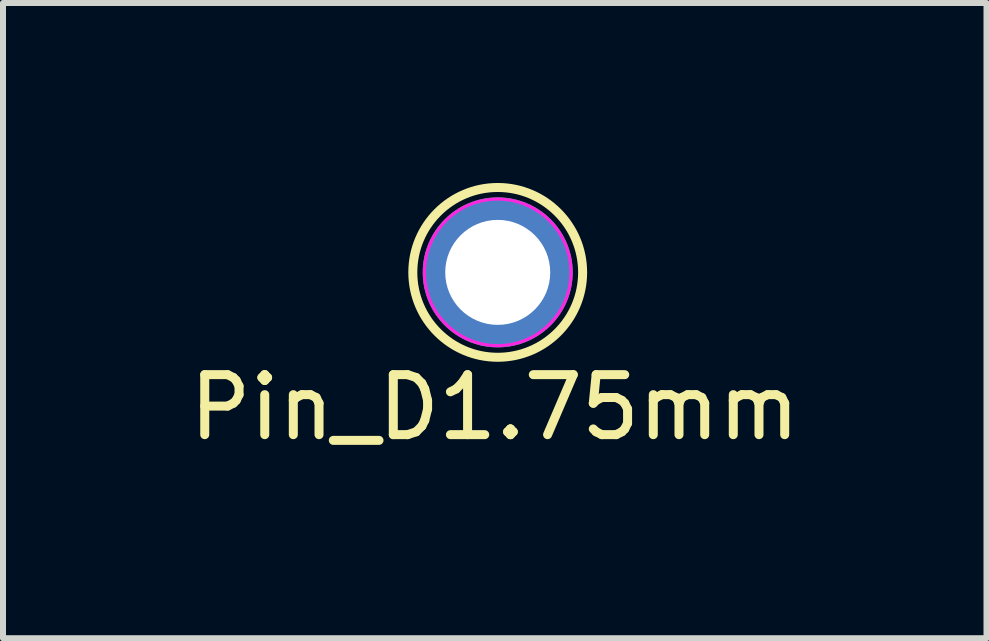
<source format=kicad_pcb>
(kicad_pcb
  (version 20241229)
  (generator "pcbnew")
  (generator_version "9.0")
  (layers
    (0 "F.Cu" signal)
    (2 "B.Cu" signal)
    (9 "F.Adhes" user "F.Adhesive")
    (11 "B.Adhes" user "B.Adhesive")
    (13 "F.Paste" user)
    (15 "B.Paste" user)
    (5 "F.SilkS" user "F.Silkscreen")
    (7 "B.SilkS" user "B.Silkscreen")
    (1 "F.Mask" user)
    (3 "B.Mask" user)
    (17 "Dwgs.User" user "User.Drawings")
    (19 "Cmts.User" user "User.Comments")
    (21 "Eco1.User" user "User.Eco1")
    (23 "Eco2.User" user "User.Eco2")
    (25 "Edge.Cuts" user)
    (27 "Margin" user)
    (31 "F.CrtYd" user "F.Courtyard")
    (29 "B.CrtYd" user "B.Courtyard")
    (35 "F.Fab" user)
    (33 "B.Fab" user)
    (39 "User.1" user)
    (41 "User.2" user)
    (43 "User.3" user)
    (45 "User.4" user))
  (footprint "Pin_D1.75mm"
    (layer "F.Cu")
    (at 5.246 1.49)
    (property "Reference" "Pin_D1.75mm" (at -0.05 2.25 0) (layer "F.SilkS") (effects (font (size 1 1) (thickness 0.15))))
    (attr through_hole)
    (fp_circle (center 0 0) (end -0.75 -1.2) (stroke (width 0.15) (type default)) (fill no) (layer "F.SilkS"))
    (fp_circle (center 0 0) (end -0.7 -1) (stroke (width 0.05) (type default)) (fill no) (layer "F.CrtYd"))
    (pad "1" thru_hole circle (at 0 0) (size 2.5 2.5) (drill 1.75) (layers "*.Cu" "*.Mask")))
  (gr_rect
    (start -3 -3)
    (end 13.393 7.588)
    (stroke (width 0.1) (type default))
    (fill no)
    (layer "Edge.Cuts")))
</source>
